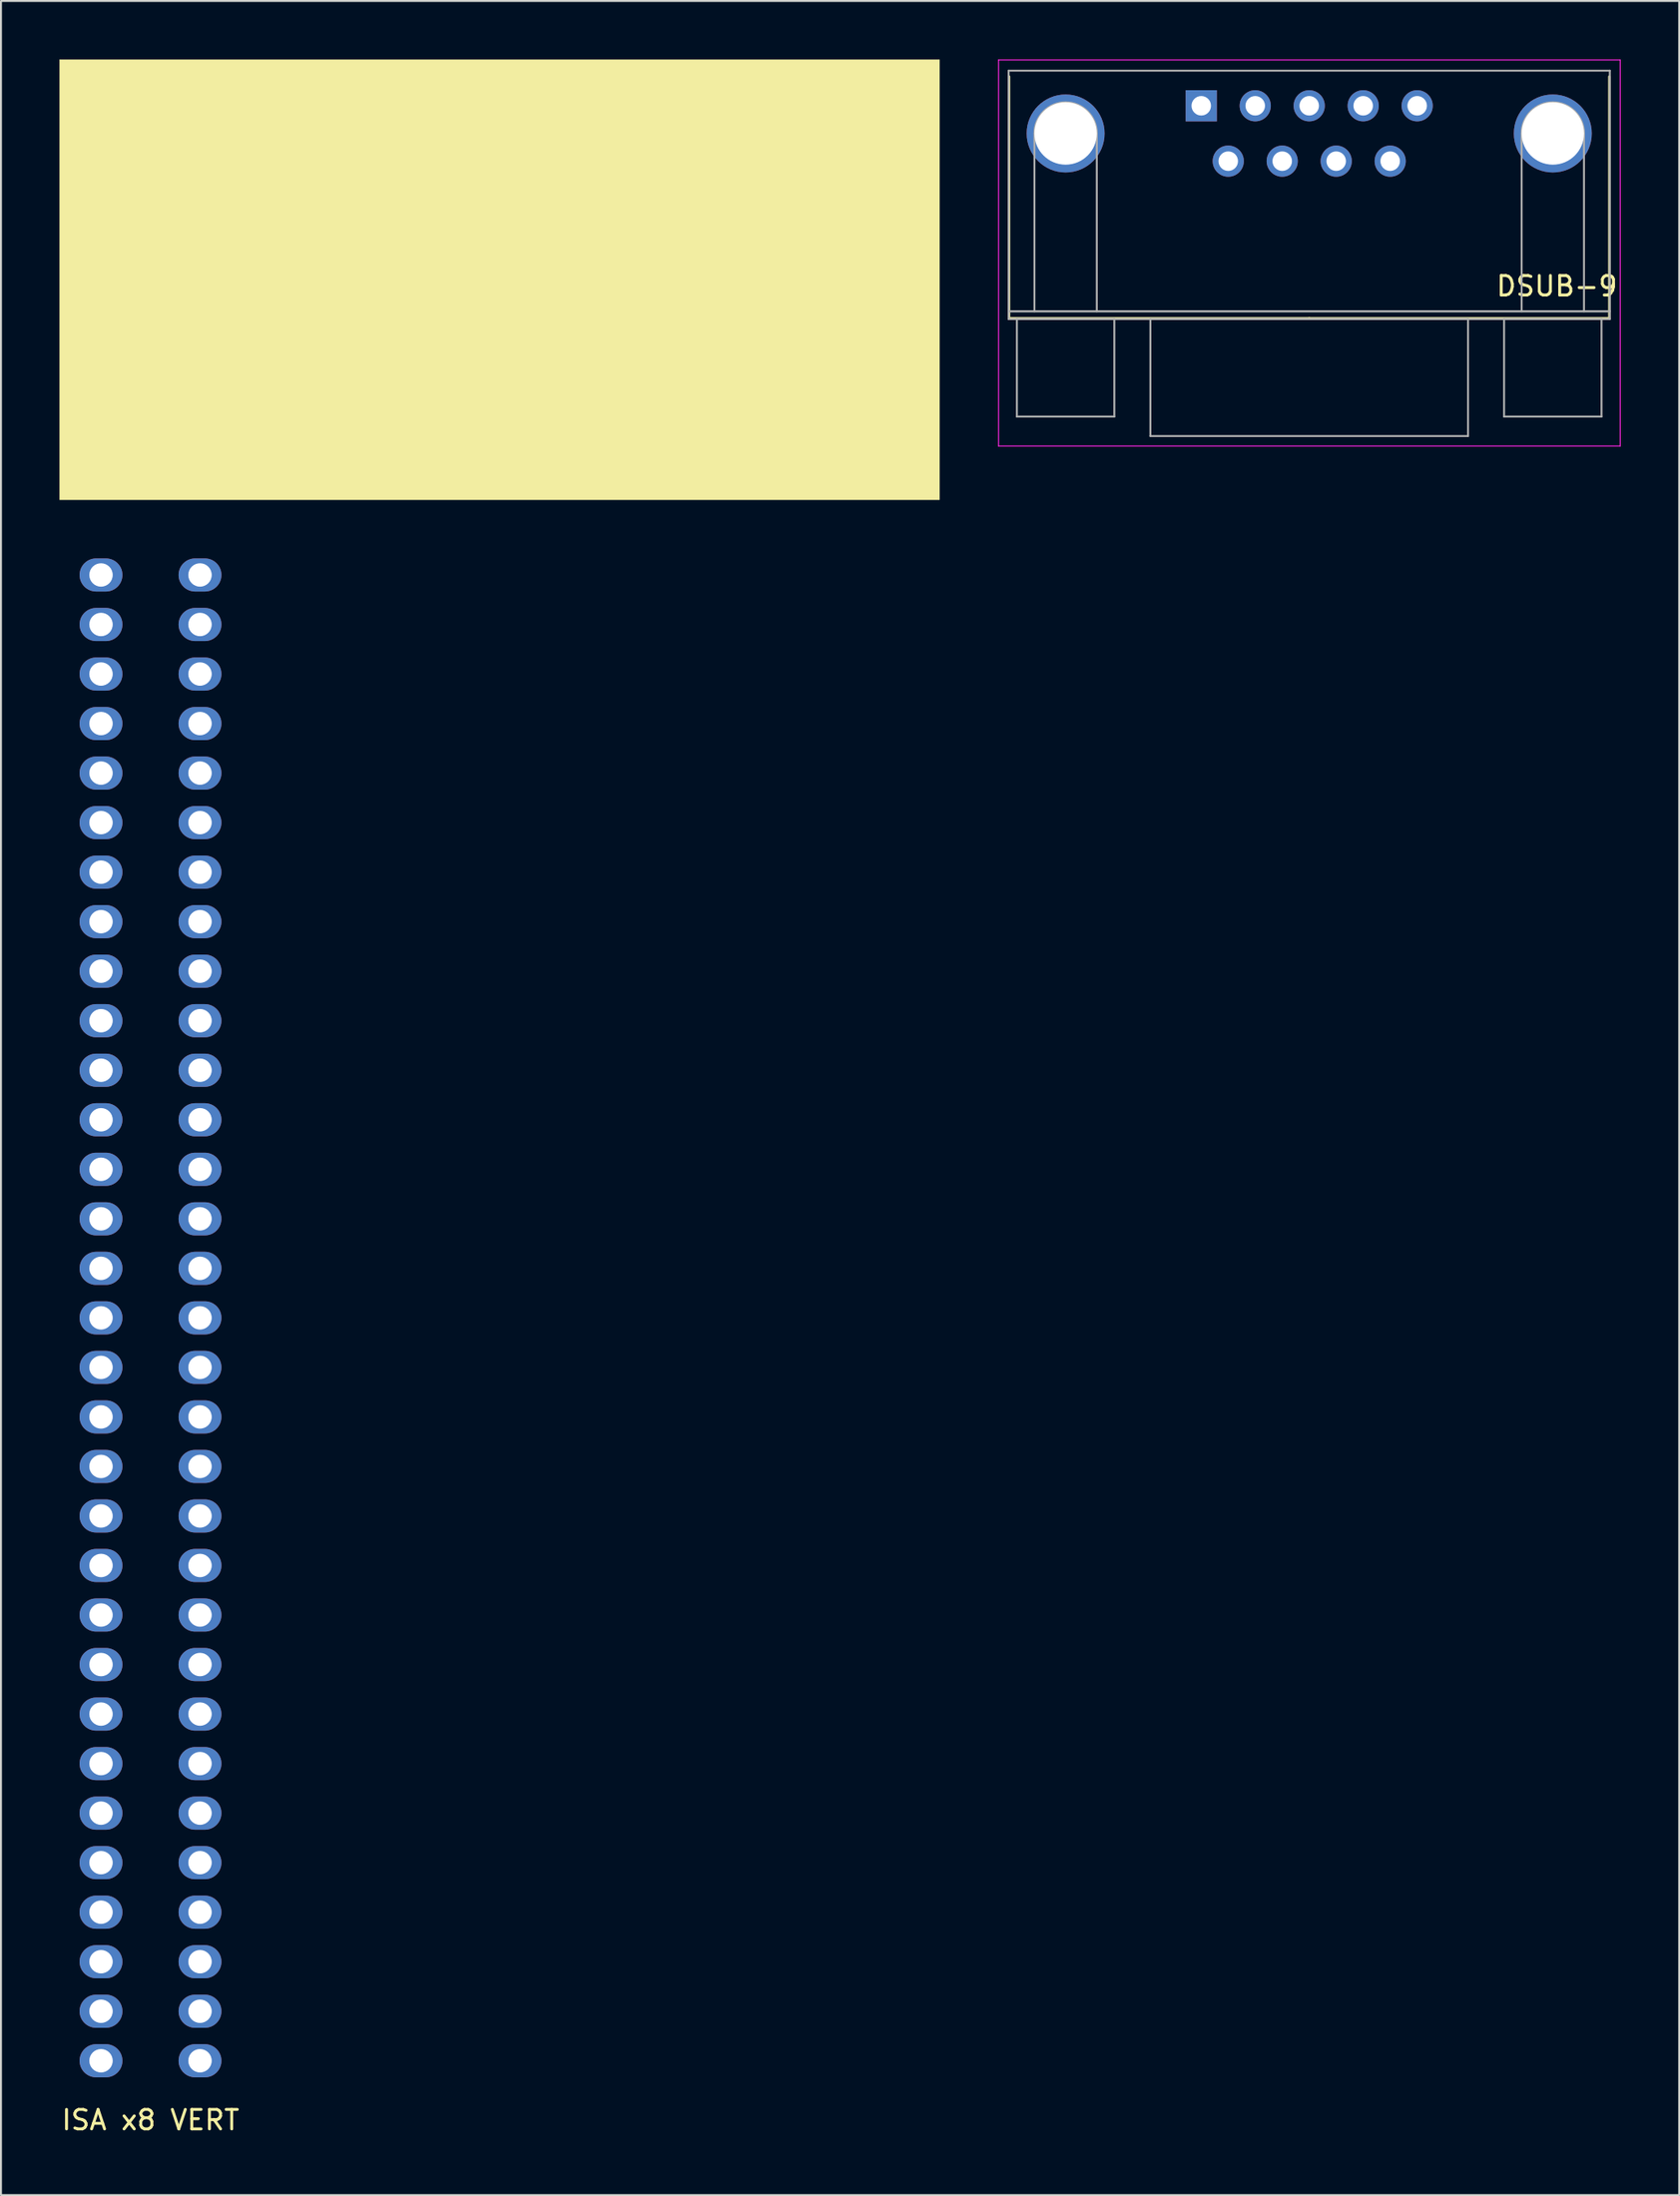
<source format=kicad_pcb>
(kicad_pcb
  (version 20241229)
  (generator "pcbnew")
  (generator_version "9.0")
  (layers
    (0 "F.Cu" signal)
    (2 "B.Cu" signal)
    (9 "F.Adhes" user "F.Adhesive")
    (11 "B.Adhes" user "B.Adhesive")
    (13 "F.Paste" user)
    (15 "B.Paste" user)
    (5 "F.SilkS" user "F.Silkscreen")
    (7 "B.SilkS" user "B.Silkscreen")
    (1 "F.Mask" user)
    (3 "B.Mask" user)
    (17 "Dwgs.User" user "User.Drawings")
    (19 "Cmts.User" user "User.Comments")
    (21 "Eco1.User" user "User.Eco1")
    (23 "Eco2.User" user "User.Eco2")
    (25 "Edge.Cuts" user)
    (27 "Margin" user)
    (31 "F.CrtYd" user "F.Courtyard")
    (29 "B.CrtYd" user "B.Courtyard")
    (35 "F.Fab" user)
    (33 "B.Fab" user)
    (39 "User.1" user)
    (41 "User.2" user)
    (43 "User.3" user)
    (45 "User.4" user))
  (footprint "ISA x8 VERT"
    (layer "F.Cu")
    (at 4.673 61.998)
    (property "Reference" "ISA x8 VERT" (at 0 43.68 0) (layer "F.SilkS") (effects (font (size 1 1) (thickness 0.15))))
    (attr through_hole)
    (pad "A1" thru_hole oval (at 2.54 -35.56) (size 2.2 1.7) (drill 1.2) (layers "*.Cu" "*.Mask"))
    (pad "A2" thru_hole oval (at 2.54 -33.02) (size 2.2 1.7) (drill 1.2) (layers "*.Cu" "*.Mask"))
    (pad "A3" thru_hole oval (at 2.54 -30.48) (size 2.2 1.7) (drill 1.2) (layers "*.Cu" "*.Mask"))
    (pad "A4" thru_hole oval (at 2.54 -27.94) (size 2.2 1.7) (drill 1.2) (layers "*.Cu" "*.Mask"))
    (pad "A5" thru_hole oval (at 2.54 -25.4) (size 2.2 1.7) (drill 1.2) (layers "*.Cu" "*.Mask"))
    (pad "A6" thru_hole oval (at 2.54 -22.86) (size 2.2 1.7) (drill 1.2) (layers "*.Cu" "*.Mask"))
    (pad "A7" thru_hole oval (at 2.54 -20.32) (size 2.2 1.7) (drill 1.2) (layers "*.Cu" "*.Mask"))
    (pad "A8" thru_hole oval (at 2.54 -17.78) (size 2.2 1.7) (drill 1.2) (layers "*.Cu" "*.Mask"))
    (pad "A9" thru_hole oval (at 2.54 -15.24) (size 2.2 1.7) (drill 1.2) (layers "*.Cu" "*.Mask"))
    (pad "A10" thru_hole oval (at 2.54 -12.7) (size 2.2 1.7) (drill 1.2) (layers "*.Cu" "*.Mask"))
    (pad "A11" thru_hole oval (at 2.54 -10.16) (size 2.2 1.7) (drill 1.2) (layers "*.Cu" "*.Mask"))
    (pad "A12" thru_hole oval (at 2.54 -7.62) (size 2.2 1.7) (drill 1.2) (layers "*.Cu" "*.Mask"))
    (pad "A13" thru_hole oval (at 2.54 -5.08) (size 2.2 1.7) (drill 1.2) (layers "*.Cu" "*.Mask"))
    (pad "A14" thru_hole oval (at 2.54 -2.54) (size 2.2 1.7) (drill 1.2) (layers "*.Cu" "*.Mask"))
    (pad "A15" thru_hole oval (at 2.54 0) (size 2.2 1.7) (drill 1.2) (layers "*.Cu" "*.Mask"))
    (pad "A16" thru_hole oval (at 2.54 2.54) (size 2.2 1.7) (drill 1.2) (layers "*.Cu" "*.Mask"))
    (pad "A17" thru_hole oval (at 2.54 5.08) (size 2.2 1.7) (drill 1.2) (layers "*.Cu" "*.Mask"))
    (pad "A18" thru_hole oval (at 2.54 7.62) (size 2.2 1.7) (drill 1.2) (layers "*.Cu" "*.Mask"))
    (pad "A19" thru_hole oval (at 2.54 10.16) (size 2.2 1.7) (drill 1.2) (layers "*.Cu" "*.Mask"))
    (pad "A20" thru_hole oval (at 2.54 12.7) (size 2.2 1.7) (drill 1.2) (layers "*.Cu" "*.Mask"))
    (pad "A21" thru_hole oval (at 2.54 15.24) (size 2.2 1.7) (drill 1.2) (layers "*.Cu" "*.Mask"))
    (pad "A22" thru_hole oval (at 2.54 17.78) (size 2.2 1.7) (drill 1.2) (layers "*.Cu" "*.Mask"))
    (pad "A23" thru_hole oval (at 2.54 20.32) (size 2.2 1.7) (drill 1.2) (layers "*.Cu" "*.Mask"))
    (pad "A24" thru_hole oval (at 2.54 22.86) (size 2.2 1.7) (drill 1.2) (layers "*.Cu" "*.Mask"))
    (pad "A25" thru_hole oval (at 2.54 25.4) (size 2.2 1.7) (drill 1.2) (layers "*.Cu" "*.Mask"))
    (pad "A26" thru_hole oval (at 2.54 27.94) (size 2.2 1.7) (drill 1.2) (layers "*.Cu" "*.Mask"))
    (pad "A27" thru_hole oval (at 2.54 30.48) (size 2.2 1.7) (drill 1.2) (layers "*.Cu" "*.Mask"))
    (pad "A28" thru_hole oval (at 2.54 33.02) (size 2.2 1.7) (drill 1.2) (layers "*.Cu" "*.Mask"))
    (pad "A29" thru_hole oval (at 2.54 35.56) (size 2.2 1.7) (drill 1.2) (layers "*.Cu" "*.Mask"))
    (pad "A30" thru_hole oval (at 2.54 38.1) (size 2.2 1.7) (drill 1.2) (layers "*.Cu" "*.Mask"))
    (pad "A31" thru_hole oval (at 2.54 40.64) (size 2.2 1.7) (drill 1.2) (layers "*.Cu" "*.Mask"))
    (pad "B1" thru_hole oval (at -2.54 -35.56) (size 2.2 1.7) (drill 1.2) (layers "*.Cu" "*.Mask"))
    (pad "B2" thru_hole oval (at -2.54 -33.02) (size 2.2 1.7) (drill 1.2) (layers "*.Cu" "*.Mask"))
    (pad "B3" thru_hole oval (at -2.54 -30.48) (size 2.2 1.7) (drill 1.2) (layers "*.Cu" "*.Mask"))
    (pad "B4" thru_hole oval (at -2.54 -27.94) (size 2.2 1.7) (drill 1.2) (layers "*.Cu" "*.Mask"))
    (pad "B5" thru_hole oval (at -2.54 -25.4) (size 2.2 1.7) (drill 1.2) (layers "*.Cu" "*.Mask"))
    (pad "B6" thru_hole oval (at -2.54 -22.86) (size 2.2 1.7) (drill 1.2) (layers "*.Cu" "*.Mask"))
    (pad "B7" thru_hole oval (at -2.54 -20.32) (size 2.2 1.7) (drill 1.2) (layers "*.Cu" "*.Mask"))
    (pad "B8" thru_hole oval (at -2.54 -17.78) (size 2.2 1.7) (drill 1.2) (layers "*.Cu" "*.Mask"))
    (pad "B9" thru_hole oval (at -2.54 -15.24) (size 2.2 1.7) (drill 1.2) (layers "*.Cu" "*.Mask"))
    (pad "B10" thru_hole oval (at -2.54 -12.7) (size 2.2 1.7) (drill 1.2) (layers "*.Cu" "*.Mask"))
    (pad "B11" thru_hole oval (at -2.54 -10.16) (size 2.2 1.7) (drill 1.2) (layers "*.Cu" "*.Mask"))
    (pad "B12" thru_hole oval (at -2.54 -7.62) (size 2.2 1.7) (drill 1.2) (layers "*.Cu" "*.Mask"))
    (pad "B13" thru_hole oval (at -2.54 -5.08) (size 2.2 1.7) (drill 1.2) (layers "*.Cu" "*.Mask"))
    (pad "B14" thru_hole oval (at -2.54 -2.54) (size 2.2 1.7) (drill 1.2) (layers "*.Cu" "*.Mask"))
    (pad "B15" thru_hole oval (at -2.54 0) (size 2.2 1.7) (drill 1.2) (layers "*.Cu" "*.Mask"))
    (pad "B16" thru_hole oval (at -2.54 2.54) (size 2.2 1.7) (drill 1.2) (layers "*.Cu" "*.Mask"))
    (pad "B17" thru_hole oval (at -2.54 5.08) (size 2.2 1.7) (drill 1.2) (layers "*.Cu" "*.Mask"))
    (pad "B18" thru_hole oval (at -2.54 7.62) (size 2.2 1.7) (drill 1.2) (layers "*.Cu" "*.Mask"))
    (pad "B19" thru_hole oval (at -2.54 10.16) (size 2.2 1.7) (drill 1.2) (layers "*.Cu" "*.Mask"))
    (pad "B20" thru_hole oval (at -2.54 12.7) (size 2.2 1.7) (drill 1.2) (layers "*.Cu" "*.Mask"))
    (pad "B21" thru_hole oval (at -2.54 15.24) (size 2.2 1.7) (drill 1.2) (layers "*.Cu" "*.Mask"))
    (pad "B22" thru_hole oval (at -2.54 17.78) (size 2.2 1.7) (drill 1.2) (layers "*.Cu" "*.Mask"))
    (pad "B23" thru_hole oval (at -2.54 20.32) (size 2.2 1.7) (drill 1.2) (layers "*.Cu" "*.Mask"))
    (pad "B24" thru_hole oval (at -2.54 22.86) (size 2.2 1.7) (drill 1.2) (layers "*.Cu" "*.Mask"))
    (pad "B25" thru_hole oval (at -2.54 25.4) (size 2.2 1.7) (drill 1.2) (layers "*.Cu" "*.Mask"))
    (pad "B26" thru_hole oval (at -2.54 27.94) (size 2.2 1.7) (drill 1.2) (layers "*.Cu" "*.Mask"))
    (pad "B27" thru_hole oval (at -2.54 30.48) (size 2.2 1.7) (drill 1.2) (layers "*.Cu" "*.Mask"))
    (pad "B28" thru_hole oval (at -2.54 33.02) (size 2.2 1.7) (drill 1.2) (layers "*.Cu" "*.Mask"))
    (pad "B29" thru_hole oval (at -2.54 35.56) (size 2.2 1.7) (drill 1.2) (layers "*.Cu" "*.Mask"))
    (pad "B30" thru_hole oval (at -2.54 38.1) (size 2.2 1.7) (drill 1.2) (layers "*.Cu" "*.Mask"))
    (pad "B31" thru_hole oval (at -2.54 40.64) (size 2.2 1.7) (drill 1.2) (layers "*.Cu" "*.Mask")))
  (footprint "dither"
    (layer "F.Cu")
    (at 22.583 11.294)
    (property "Reference" "dither" (at 0 0 0) (layer "F.SilkS") (effects (font (size 1.524 1.524) (thickness 0.3))))
    (attr through_hole)
    (fp_poly (pts (xy 22.578 11.289) (xy -22.578 11.289) (xy -22.578 -11.289) (xy 22.578 -11.289) (xy 22.578 11.289)) (stroke (width 0.01) (type solid)) (fill yes) (layer "F.SilkS")))
  (footprint "DSUB-9"
    (layer "F.Cu")
    (at 58.591 2.375)
    (property "Reference" "DSUB-9" (at 18.25 9.25 0) (layer "F.SilkS") (effects (font (size 1 1) (thickness 0.15))))
    (attr through_hole)
    (fp_line (start -9.86 -1.5) (end -9.86 10.9) (stroke (width 0.12) (type solid)) (layer "F.SilkS"))
    (fp_line (start 5.54 10.9) (end -9.86 10.9) (stroke (width 0.12) (type solid)) (layer "F.SilkS"))
    (fp_line (start 5.54 10.9) (end 20.94 10.9) (stroke (width 0.12) (type solid)) (layer "F.SilkS"))
    (fp_line (start 20.94 -1.5) (end 20.94 10.9) (stroke (width 0.12) (type solid)) (layer "F.SilkS"))
    (fp_line (start -10.4 -2.35) (end -10.4 17.45) (stroke (width 0.05) (type solid)) (layer "F.CrtYd"))
    (fp_line (start -10.4 17.45) (end 21.5 17.45) (stroke (width 0.05) (type solid)) (layer "F.CrtYd"))
    (fp_line (start 21.5 -2.35) (end -10.4 -2.35) (stroke (width 0.05) (type solid)) (layer "F.CrtYd"))
    (fp_line (start 21.5 17.45) (end 21.5 -2.35) (stroke (width 0.05) (type solid)) (layer "F.CrtYd"))
    (fp_line (start -9.885 -1.8) (end -9.885 10.54) (stroke (width 0.1) (type solid)) (layer "F.Fab"))
    (fp_line (start -9.885 10.54) (end -9.885 10.94) (stroke (width 0.1) (type solid)) (layer "F.Fab"))
    (fp_line (start -9.885 10.54) (end 20.965 10.54) (stroke (width 0.1) (type solid)) (layer "F.Fab"))
    (fp_line (start -9.885 10.94) (end 20.965 10.94) (stroke (width 0.1) (type solid)) (layer "F.Fab"))
    (fp_line (start -9.46 10.94) (end -9.46 15.94) (stroke (width 0.1) (type solid)) (layer "F.Fab"))
    (fp_line (start -9.46 15.94) (end -4.46 15.94) (stroke (width 0.1) (type solid)) (layer "F.Fab"))
    (fp_line (start -8.56 10.54) (end -8.56 1.42) (stroke (width 0.1) (type solid)) (layer "F.Fab"))
    (fp_line (start -5.36 10.54) (end -5.36 1.42) (stroke (width 0.1) (type solid)) (layer "F.Fab"))
    (fp_line (start -4.46 10.94) (end -9.46 10.94) (stroke (width 0.1) (type solid)) (layer "F.Fab"))
    (fp_line (start -4.46 15.94) (end -4.46 10.94) (stroke (width 0.1) (type solid)) (layer "F.Fab"))
    (fp_line (start -2.61 10.94) (end -2.61 16.94) (stroke (width 0.1) (type solid)) (layer "F.Fab"))
    (fp_line (start -2.61 16.94) (end 13.69 16.94) (stroke (width 0.1) (type solid)) (layer "F.Fab"))
    (fp_line (start 13.69 10.94) (end -2.61 10.94) (stroke (width 0.1) (type solid)) (layer "F.Fab"))
    (fp_line (start 13.69 16.94) (end 13.69 10.94) (stroke (width 0.1) (type solid)) (layer "F.Fab"))
    (fp_line (start 15.54 10.94) (end 15.54 15.94) (stroke (width 0.1) (type solid)) (layer "F.Fab"))
    (fp_line (start 15.54 15.94) (end 20.54 15.94) (stroke (width 0.1) (type solid)) (layer "F.Fab"))
    (fp_line (start 16.44 10.54) (end 16.44 1.42) (stroke (width 0.1) (type solid)) (layer "F.Fab"))
    (fp_line (start 19.64 10.54) (end 19.64 1.42) (stroke (width 0.1) (type solid)) (layer "F.Fab"))
    (fp_line (start 20.54 10.94) (end 15.54 10.94) (stroke (width 0.1) (type solid)) (layer "F.Fab"))
    (fp_line (start 20.54 15.94) (end 20.54 10.94) (stroke (width 0.1) (type solid)) (layer "F.Fab"))
    (fp_line (start 20.965 -1.8) (end -9.885 -1.8) (stroke (width 0.1) (type solid)) (layer "F.Fab"))
    (fp_line (start 20.965 10.54) (end -9.885 10.54) (stroke (width 0.1) (type solid)) (layer "F.Fab"))
    (fp_line (start 20.965 10.54) (end 20.965 -1.8) (stroke (width 0.1) (type solid)) (layer "F.Fab"))
    (fp_line (start 20.965 10.94) (end 20.965 10.54) (stroke (width 0.1) (type solid)) (layer "F.Fab"))
    (fp_arc (start -8.56 1.42) (mid -6.96 -0.18) (end -5.36 1.42) (stroke (width 0.1) (type solid)) (layer "F.Fab"))
    (fp_arc (start 16.44 1.42) (mid 18.04 -0.18) (end 19.64 1.42) (stroke (width 0.1) (type solid)) (layer "F.Fab"))
    (pad "0" thru_hole circle (at -6.96 1.42) (size 4 4) (drill 3.2) (layers "*.Cu" "*.Mask"))
    (pad "0" thru_hole circle (at 18.04 1.42) (size 4 4) (drill 3.2) (layers "*.Cu" "*.Mask"))
    (pad "1" thru_hole rect (at 0 0) (size 1.6 1.6) (drill 1) (layers "*.Cu" "*.Mask"))
    (pad "2" thru_hole circle (at 2.77 0) (size 1.6 1.6) (drill 1) (layers "*.Cu" "*.Mask"))
    (pad "3" thru_hole circle (at 5.54 0) (size 1.6 1.6) (drill 1) (layers "*.Cu" "*.Mask"))
    (pad "4" thru_hole circle (at 8.31 0) (size 1.6 1.6) (drill 1) (layers "*.Cu" "*.Mask"))
    (pad "5" thru_hole circle (at 11.08 0) (size 1.6 1.6) (drill 1) (layers "*.Cu" "*.Mask"))
    (pad "6" thru_hole circle (at 1.385 2.84) (size 1.6 1.6) (drill 1) (layers "*.Cu" "*.Mask"))
    (pad "7" thru_hole circle (at 4.155 2.84) (size 1.6 1.6) (drill 1) (layers "*.Cu" "*.Mask"))
    (pad "8" thru_hole circle (at 6.925 2.84) (size 1.6 1.6) (drill 1) (layers "*.Cu" "*.Mask"))
    (pad "9" thru_hole circle (at 9.695 2.84) (size 1.6 1.6) (drill 1) (layers "*.Cu" "*.Mask")))
  (gr_rect
    (start -3 -3)
    (end 83.116 109.526)
    (stroke (width 0.1) (type default))
    (fill no)
    (layer "Edge.Cuts")))
</source>
